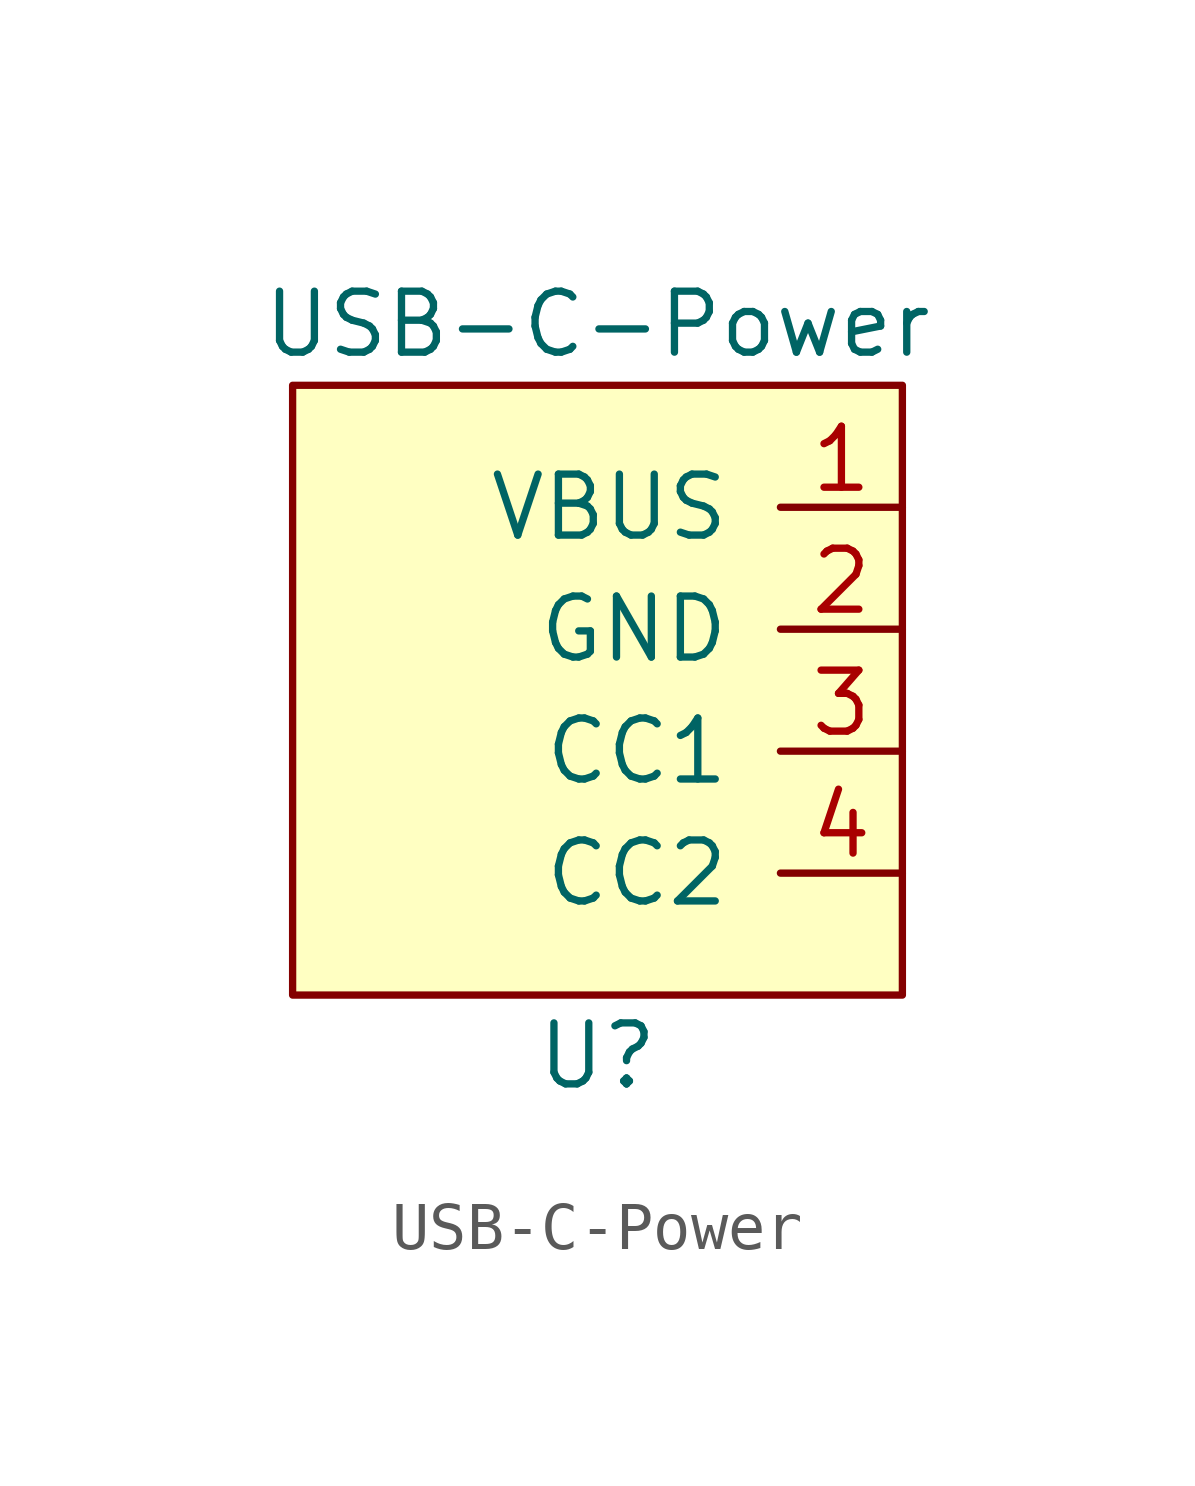
<source format=kicad_sym>
(kicad_symbol_lib
  (version 20211014)
  (generator kicad_symbol_editor)
  (symbol "USB-C-Power"
    (pin_names
      (offset 1.016))
    (property "Reference" "U"
      (at 0 -7.62 0)
      (effects (font (size 1.27 1.27))))
    (property "Value" "USB-C-Power"
      (at 0 7.62 0)
      (effects (font (size 1.27 1.27))))
    (symbol "USB-C-Power_0_1"
      (rectangle (start 6.35 6.35) (end -6.35 -6.35) (stroke (width 0) (type default) (color 0 0 0 0)) (fill (type background))))
    (symbol "USB-C-Power_1_1"
      (pin power_out line (at 6.35 3.81 180) (length 2.54) (name "VBUS" (effects (font (size 1.27 1.27)))) (number "1" (effects (font (size 1.27 1.27)))))
      (pin power_out line (at 6.35 1.27 180) (length 2.54) (name "GND" (effects (font (size 1.27 1.27)))) (number "2" (effects (font (size 1.27 1.27)))))
      (pin bidirectional line (at 6.35 -1.27 180) (length 2.54) (name "CC1" (effects (font (size 1.27 1.27)))) (number "3" (effects (font (size 1.27 1.27)))))
      (pin bidirectional line (at 6.35 -3.81 180) (length 2.54) (name "CC2" (effects (font (size 1.27 1.27)))) (number "4" (effects (font (size 1.27 1.27))))))))
</source>
